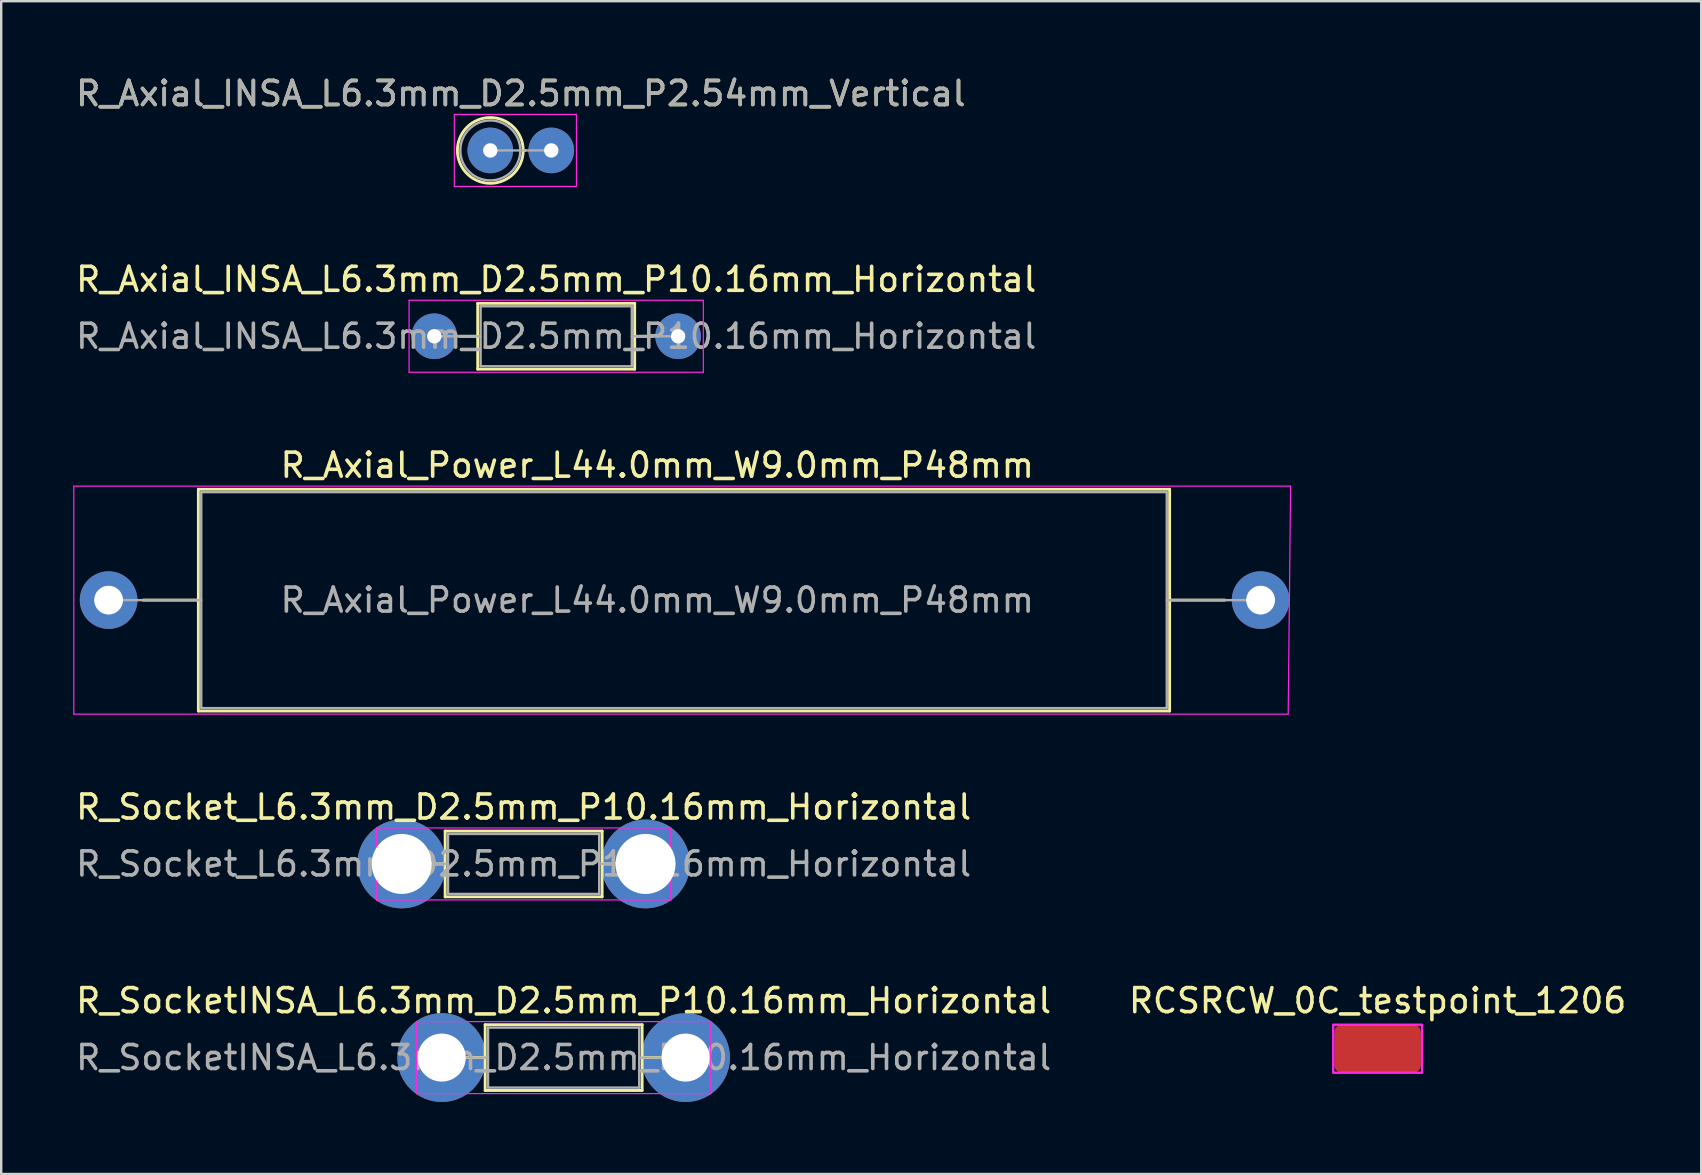
<source format=kicad_pcb>
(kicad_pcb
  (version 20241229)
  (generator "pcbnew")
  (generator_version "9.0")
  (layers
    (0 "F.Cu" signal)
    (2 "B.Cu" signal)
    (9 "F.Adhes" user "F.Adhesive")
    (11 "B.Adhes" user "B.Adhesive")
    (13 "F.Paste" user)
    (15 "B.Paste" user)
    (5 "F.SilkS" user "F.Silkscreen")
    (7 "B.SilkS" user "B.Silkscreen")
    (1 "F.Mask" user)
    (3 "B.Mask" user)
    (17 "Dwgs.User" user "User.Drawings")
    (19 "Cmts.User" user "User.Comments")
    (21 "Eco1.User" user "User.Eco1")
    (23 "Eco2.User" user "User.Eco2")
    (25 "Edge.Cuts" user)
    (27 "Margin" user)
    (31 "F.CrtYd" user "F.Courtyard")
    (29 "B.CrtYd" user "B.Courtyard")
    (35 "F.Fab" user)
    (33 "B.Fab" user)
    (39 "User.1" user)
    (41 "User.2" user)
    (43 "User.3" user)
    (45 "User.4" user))
  (footprint "R_SocketINSA_L6.3mm_D2.5mm_P10.16mm_Horizontal"
    (layer "F.Cu")
    (at 15.355 41.016)
    (property "Reference" "R_SocketINSA_L6.3mm_D2.5mm_P10.16mm_Horizontal" (at 5.08 -2.37 0) (layer "F.SilkS") (effects (font (size 1 1) (thickness 0.15))))
    (attr through_hole)
    (fp_line (start 1.04 0) (end 1.81 0) (stroke (width 0.12) (type solid)) (layer "F.SilkS"))
    (fp_line (start 1.81 -1.37) (end 1.81 1.37) (stroke (width 0.12) (type solid)) (layer "F.SilkS"))
    (fp_line (start 1.81 1.37) (end 8.35 1.37) (stroke (width 0.12) (type solid)) (layer "F.SilkS"))
    (fp_line (start 8.35 -1.37) (end 1.81 -1.37) (stroke (width 0.12) (type solid)) (layer "F.SilkS"))
    (fp_line (start 8.35 1.37) (end 8.35 -1.37) (stroke (width 0.12) (type solid)) (layer "F.SilkS"))
    (fp_line (start 9.12 0) (end 8.35 0) (stroke (width 0.12) (type solid)) (layer "F.SilkS"))
    (fp_line (start -1.05 -1.5) (end -1.05 1.5) (stroke (width 0.05) (type solid)) (layer "F.CrtYd"))
    (fp_line (start -1.05 1.5) (end 11.21 1.5) (stroke (width 0.05) (type solid)) (layer "F.CrtYd"))
    (fp_line (start 11.21 -1.5) (end -1.05 -1.5) (stroke (width 0.05) (type solid)) (layer "F.CrtYd"))
    (fp_line (start 11.21 1.5) (end 11.21 -1.5) (stroke (width 0.05) (type solid)) (layer "F.CrtYd"))
    (fp_line (start 0 0) (end 1.93 0) (stroke (width 0.1) (type solid)) (layer "F.Fab"))
    (fp_line (start 1.93 -1.25) (end 1.93 1.25) (stroke (width 0.1) (type solid)) (layer "F.Fab"))
    (fp_line (start 1.93 1.25) (end 8.23 1.25) (stroke (width 0.1) (type solid)) (layer "F.Fab"))
    (fp_line (start 8.23 -1.25) (end 1.93 -1.25) (stroke (width 0.1) (type solid)) (layer "F.Fab"))
    (fp_line (start 8.23 1.25) (end 8.23 -1.25) (stroke (width 0.1) (type solid)) (layer "F.Fab"))
    (fp_line (start 10.16 0) (end 8.23 0) (stroke (width 0.1) (type solid)) (layer "F.Fab"))
    (fp_text user "${REFERENCE}" (at 5.08 0 0) (layer "F.Fab") (effects (font (size 1 1) (thickness 0.15))))
    (pad "1" thru_hole circle (at 0 0) (size 3.7 3.7) (drill 2) (layers "*.Cu" "*.Mask"))
    (pad "2" thru_hole circle (at 10.16 0) (size 3.7 3.7) (drill 2) (layers "*.Cu" "*.Mask")))
  (footprint "R_Axial_INSA_L6.3mm_D2.5mm_P10.16mm_Horizontal"
    (layer "F.Cu")
    (at 15.045 10.961)
    (property "Reference" "R_Axial_INSA_L6.3mm_D2.5mm_P10.16mm_Horizontal" (at 5.08 -2.37 0) (layer "F.SilkS") (effects (font (size 1 1) (thickness 0.15))))
    (attr through_hole)
    (fp_line (start 1.04 0) (end 1.81 0) (stroke (width 0.12) (type solid)) (layer "F.SilkS"))
    (fp_line (start 1.81 -1.37) (end 1.81 1.37) (stroke (width 0.12) (type solid)) (layer "F.SilkS"))
    (fp_line (start 1.81 1.37) (end 8.35 1.37) (stroke (width 0.12) (type solid)) (layer "F.SilkS"))
    (fp_line (start 8.35 -1.37) (end 1.81 -1.37) (stroke (width 0.12) (type solid)) (layer "F.SilkS"))
    (fp_line (start 8.35 1.37) (end 8.35 -1.37) (stroke (width 0.12) (type solid)) (layer "F.SilkS"))
    (fp_line (start 9.12 0) (end 8.35 0) (stroke (width 0.12) (type solid)) (layer "F.SilkS"))
    (fp_line (start -1.05 -1.5) (end -1.05 1.5) (stroke (width 0.05) (type solid)) (layer "F.CrtYd"))
    (fp_line (start -1.05 1.5) (end 11.21 1.5) (stroke (width 0.05) (type solid)) (layer "F.CrtYd"))
    (fp_line (start 11.21 -1.5) (end -1.05 -1.5) (stroke (width 0.05) (type solid)) (layer "F.CrtYd"))
    (fp_line (start 11.21 1.5) (end 11.21 -1.5) (stroke (width 0.05) (type solid)) (layer "F.CrtYd"))
    (fp_line (start 0 0) (end 1.93 0) (stroke (width 0.1) (type solid)) (layer "F.Fab"))
    (fp_line (start 1.93 -1.25) (end 1.93 1.25) (stroke (width 0.1) (type solid)) (layer "F.Fab"))
    (fp_line (start 1.93 1.25) (end 8.23 1.25) (stroke (width 0.1) (type solid)) (layer "F.Fab"))
    (fp_line (start 8.23 -1.25) (end 1.93 -1.25) (stroke (width 0.1) (type solid)) (layer "F.Fab"))
    (fp_line (start 8.23 1.25) (end 8.23 -1.25) (stroke (width 0.1) (type solid)) (layer "F.Fab"))
    (fp_line (start 10.16 0) (end 8.23 0) (stroke (width 0.1) (type solid)) (layer "F.Fab"))
    (fp_text user "${REFERENCE}" (at 5.08 0 0) (layer "F.Fab") (effects (font (size 1 1) (thickness 0.15))))
    (pad "1" thru_hole circle (at 0 0) (size 1.9 1.9) (drill 0.6) (layers "*.Cu" "*.Mask"))
    (pad "2" thru_hole circle (at 10.16 0) (size 1.9 1.9) (drill 0.6) (layers "*.Cu" "*.Mask")))
  (footprint "R_Socket_L6.3mm_D2.5mm_P10.16mm_Horizontal"
    (layer "F.Cu")
    (at 13.688 32.948)
    (property "Reference" "R_Socket_L6.3mm_D2.5mm_P10.16mm_Horizontal" (at 5.08 -2.37 0) (layer "F.SilkS") (effects (font (size 1 1) (thickness 0.15))))
    (attr through_hole)
    (fp_line (start 1.04 0) (end 1.81 0) (stroke (width 0.12) (type solid)) (layer "F.SilkS"))
    (fp_line (start 1.81 -1.37) (end 1.81 1.37) (stroke (width 0.12) (type solid)) (layer "F.SilkS"))
    (fp_line (start 1.81 1.37) (end 8.35 1.37) (stroke (width 0.12) (type solid)) (layer "F.SilkS"))
    (fp_line (start 8.35 -1.37) (end 1.81 -1.37) (stroke (width 0.12) (type solid)) (layer "F.SilkS"))
    (fp_line (start 8.35 1.37) (end 8.35 -1.37) (stroke (width 0.12) (type solid)) (layer "F.SilkS"))
    (fp_line (start 9.12 0) (end 8.35 0) (stroke (width 0.12) (type solid)) (layer "F.SilkS"))
    (fp_line (start -1.05 -1.5) (end -1.05 1.5) (stroke (width 0.05) (type solid)) (layer "F.CrtYd"))
    (fp_line (start -1.05 1.5) (end 11.21 1.5) (stroke (width 0.05) (type solid)) (layer "F.CrtYd"))
    (fp_line (start 11.21 -1.5) (end -1.05 -1.5) (stroke (width 0.05) (type solid)) (layer "F.CrtYd"))
    (fp_line (start 11.21 1.5) (end 11.21 -1.5) (stroke (width 0.05) (type solid)) (layer "F.CrtYd"))
    (fp_line (start 0 0) (end 1.93 0) (stroke (width 0.1) (type solid)) (layer "F.Fab"))
    (fp_line (start 1.93 -1.25) (end 1.93 1.25) (stroke (width 0.1) (type solid)) (layer "F.Fab"))
    (fp_line (start 1.93 1.25) (end 8.23 1.25) (stroke (width 0.1) (type solid)) (layer "F.Fab"))
    (fp_line (start 8.23 -1.25) (end 1.93 -1.25) (stroke (width 0.1) (type solid)) (layer "F.Fab"))
    (fp_line (start 8.23 1.25) (end 8.23 -1.25) (stroke (width 0.1) (type solid)) (layer "F.Fab"))
    (fp_line (start 10.16 0) (end 8.23 0) (stroke (width 0.1) (type solid)) (layer "F.Fab"))
    (fp_text user "${REFERENCE}" (at 5.08 0 0) (layer "F.Fab") (effects (font (size 1 1) (thickness 0.15))))
    (pad "1" thru_hole circle (at 0 0) (size 3.7 3.7) (drill 2.5) (layers "*.Cu" "*.Mask"))
    (pad "2" thru_hole circle (at 10.16 0) (size 3.7 3.7) (drill 2.5) (layers "*.Cu" "*.Mask")))
  (footprint "R_Axial_INSA_L6.3mm_D2.5mm_P2.54mm_Vertical"
    (layer "F.Cu")
    (at 17.379 3.218)
    (property "Reference" "R_Axial_INSA_L6.3mm_D2.5mm_P2.54mm_Vertical" (at 1.27 -2.37 0) (layer "F.SilkS") (effects (font (size 1 1) (thickness 0.15))))
    (attr through_hole)
    (fp_line (start 1.37 0) (end 1.44 0) (stroke (width 0.12) (type solid)) (layer "F.SilkS"))
    (fp_circle (center 0 0) (end 1.37 0) (stroke (width 0.12) (type solid)) (fill no) (layer "F.SilkS"))
    (fp_line (start -1.5 -1.5) (end -1.5 1.5) (stroke (width 0.05) (type solid)) (layer "F.CrtYd"))
    (fp_line (start -1.5 1.5) (end 3.59 1.5) (stroke (width 0.05) (type solid)) (layer "F.CrtYd"))
    (fp_line (start 3.59 -1.5) (end -1.5 -1.5) (stroke (width 0.05) (type solid)) (layer "F.CrtYd"))
    (fp_line (start 3.59 1.5) (end 3.59 -1.5) (stroke (width 0.05) (type solid)) (layer "F.CrtYd"))
    (fp_line (start 0 0) (end 2.54 0) (stroke (width 0.1) (type solid)) (layer "F.Fab"))
    (fp_circle (center 0 0) (end 1.25 0) (stroke (width 0.1) (type solid)) (fill no) (layer "F.Fab"))
    (fp_text user "${REFERENCE}" (at 1.27 -2.37 0) (layer "F.Fab") (effects (font (size 1 1) (thickness 0.15))))
    (pad "1" thru_hole circle (at 0 0) (size 1.9 1.9) (drill 0.6) (layers "*.Cu" "*.Mask"))
    (pad "2" thru_hole circle (at 2.54 0) (size 1.9 1.9) (drill 0.6) (layers "*.Cu" "*.Mask")))
  (footprint "RCSRCW_0C_testpoint_1206"
    (layer "F.Cu")
    (at 54.351 40.646)
    (property "Reference" "RCSRCW_0C_testpoint_1206" (at 0 -2 0) (unlocked yes) (layer "F.SilkS") (effects (font (size 1 1) (thickness 0.15))))
    (attr smd)
    (fp_rect (start -1.85 -1) (end 1.85 1) (stroke (width 0.1) (type default)) (fill no) (layer "F.CrtYd"))
    (pad "1" smd roundrect (at 0 0) (size 3.6 2) (layers "F.Cu" "F.Mask" "F.Paste") (roundrect_rratio 0.15)))
  (footprint "R_Axial_Power_L44.0mm_W9.0mm_P48mm"
    (layer "F.Cu")
    (at 1.475 21.955)
    (property "Reference" "R_Axial_Power_L44.0mm_W9.0mm_P48mm" (at 22.86 -5.62 0) (layer "F.SilkS") (effects (font (size 1 1) (thickness 0.15))))
    (attr through_hole)
    (fp_line (start 1.44 0) (end 3.74 0) (stroke (width 0.12) (type solid)) (layer "F.SilkS"))
    (fp_line (start 3.74 -4.62) (end 3.74 4.62) (stroke (width 0.12) (type solid)) (layer "F.SilkS"))
    (fp_line (start 3.74 4.62) (end 44.21 4.62) (stroke (width 0.12) (type solid)) (layer "F.SilkS"))
    (fp_line (start 44.21 -4.62) (end 3.74 -4.62) (stroke (width 0.12) (type solid)) (layer "F.SilkS"))
    (fp_line (start 44.21 4.62) (end 44.21 -4.62) (stroke (width 0.12) (type solid)) (layer "F.SilkS"))
    (fp_line (start 46.51 0) (end 44.21 0) (stroke (width 0.12) (type solid)) (layer "F.SilkS"))
    (fp_line (start -1.45 -4.75) (end -1.45 4.75) (stroke (width 0.05) (type solid)) (layer "F.CrtYd"))
    (fp_line (start -1.45 4.75) (end 49.15 4.75) (stroke (width 0.05) (type solid)) (layer "F.CrtYd"))
    (fp_line (start 49.15 4.75) (end 49.25 -4.75) (stroke (width 0.05) (type solid)) (layer "F.CrtYd"))
    (fp_line (start 49.25 -4.75) (end -1.45 -4.75) (stroke (width 0.05) (type solid)) (layer "F.CrtYd"))
    (fp_line (start 0 0) (end 3.86 0) (stroke (width 0.1) (type solid)) (layer "F.Fab"))
    (fp_line (start 3.86 -4.5) (end 3.86 4.5) (stroke (width 0.1) (type solid)) (layer "F.Fab"))
    (fp_line (start 3.86 4.5) (end 44.09 4.5) (stroke (width 0.1) (type solid)) (layer "F.Fab"))
    (fp_line (start 44.09 -4.5) (end 3.86 -4.5) (stroke (width 0.1) (type solid)) (layer "F.Fab"))
    (fp_line (start 44.09 4.5) (end 44.09 -4.5) (stroke (width 0.1) (type solid)) (layer "F.Fab"))
    (fp_line (start 47.95 0) (end 44.09 0) (stroke (width 0.1) (type solid)) (layer "F.Fab"))
    (fp_text user "${REFERENCE}" (at 22.86 0 0) (layer "F.Fab") (effects (font (size 1 1) (thickness 0.15))))
    (pad "1" thru_hole circle (at 0 0) (size 2.4 2.4) (drill 1.2) (layers "*.Cu" "*.Mask"))
    (pad "2" thru_hole oval (at 48 0) (size 2.4 2.4) (drill 1.2) (layers "*.Cu" "*.Mask")))
  (gr_rect
    (start -3 -3)
    (end 67.833 45.866)
    (stroke (width 0.1) (type default))
    (fill no)
    (layer "Edge.Cuts")))
</source>
